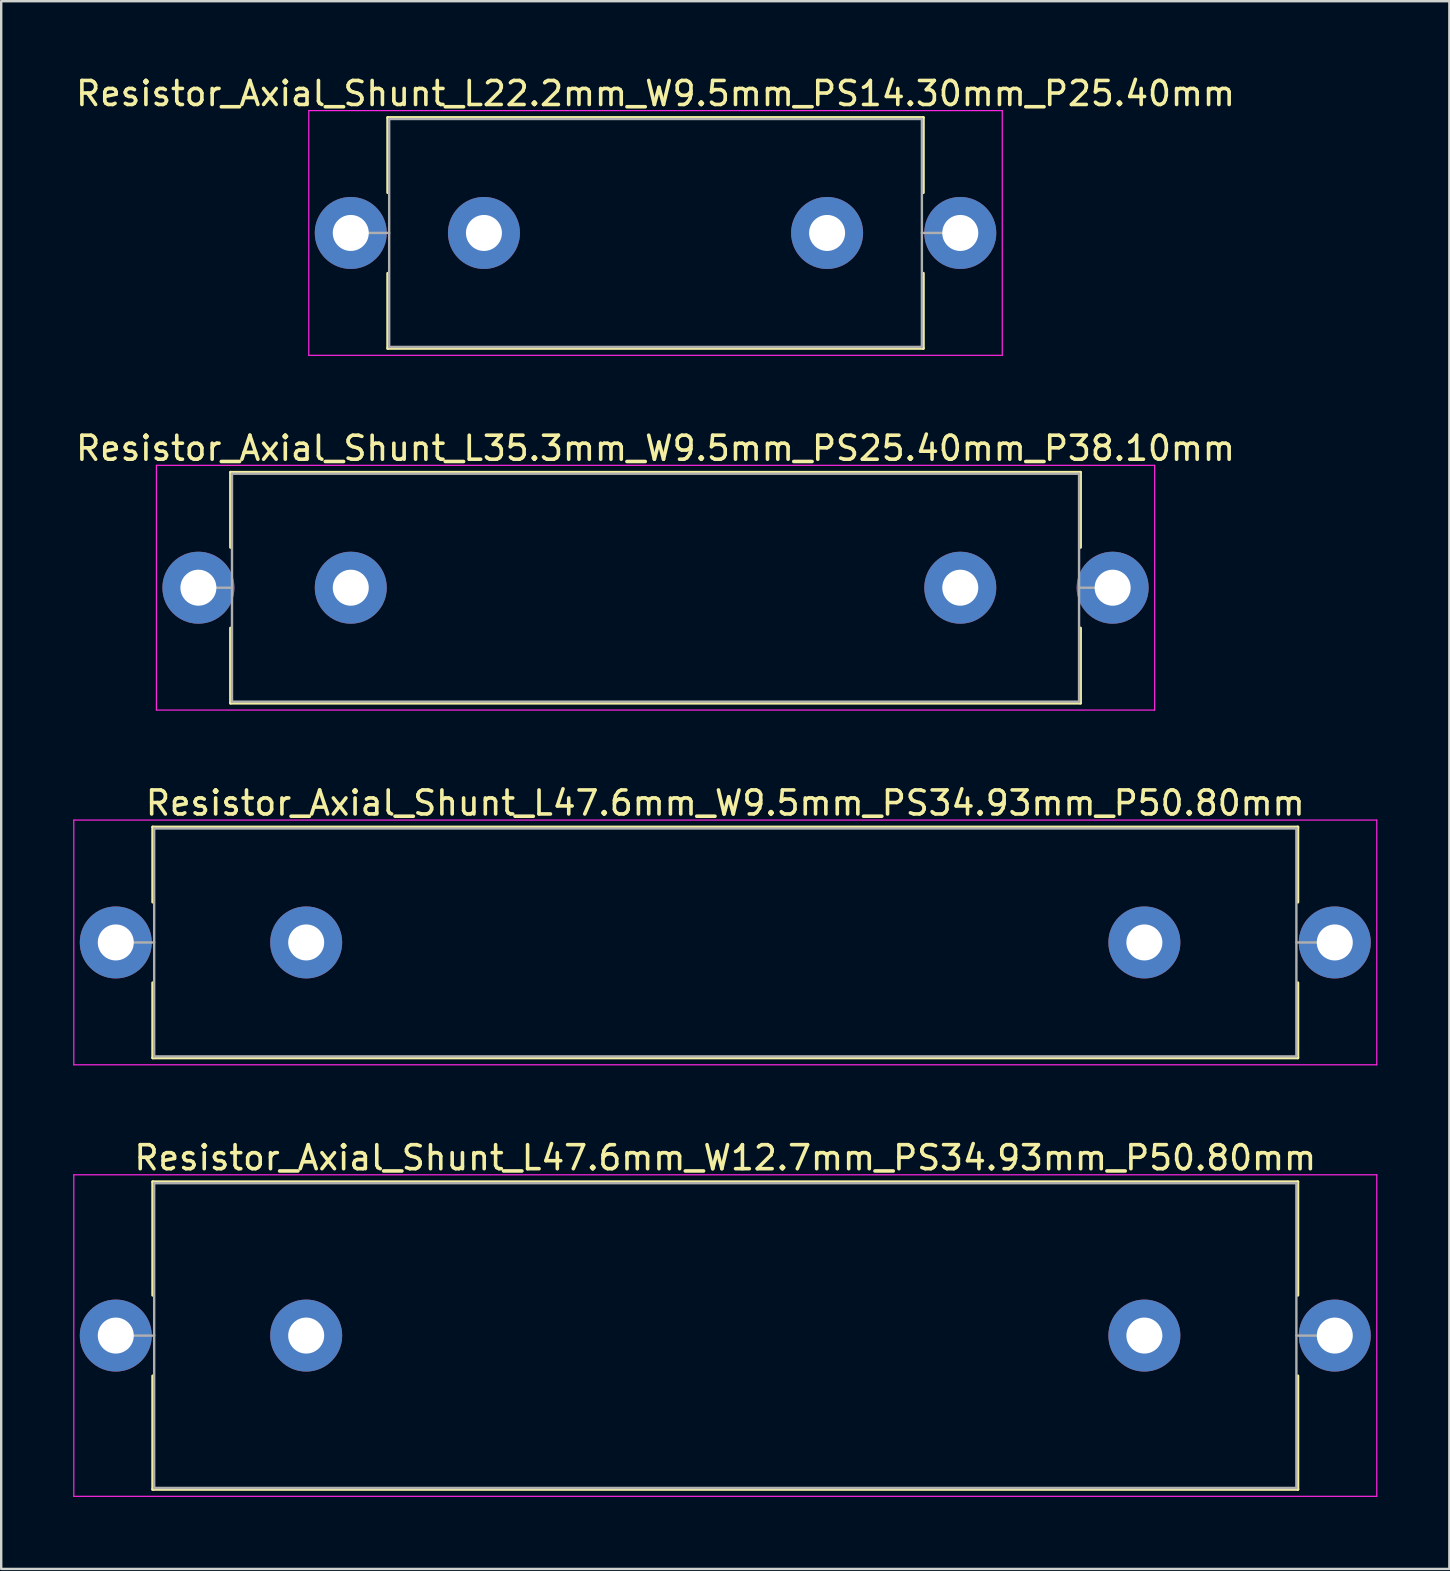
<source format=kicad_pcb>
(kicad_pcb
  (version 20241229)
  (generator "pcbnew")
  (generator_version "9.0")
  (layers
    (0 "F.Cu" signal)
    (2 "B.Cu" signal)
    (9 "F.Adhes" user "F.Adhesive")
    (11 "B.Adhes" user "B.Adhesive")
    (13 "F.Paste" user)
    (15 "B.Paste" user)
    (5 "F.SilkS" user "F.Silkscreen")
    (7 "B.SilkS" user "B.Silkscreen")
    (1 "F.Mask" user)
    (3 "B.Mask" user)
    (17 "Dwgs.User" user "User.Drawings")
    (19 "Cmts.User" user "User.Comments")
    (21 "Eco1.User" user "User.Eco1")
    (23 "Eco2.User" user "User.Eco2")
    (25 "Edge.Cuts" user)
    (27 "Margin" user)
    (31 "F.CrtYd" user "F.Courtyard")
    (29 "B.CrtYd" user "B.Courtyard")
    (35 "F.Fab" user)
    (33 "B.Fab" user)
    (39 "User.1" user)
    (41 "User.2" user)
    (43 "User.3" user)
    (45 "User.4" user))
  (footprint "Resistor_Axial_Shunt_L22.2mm_W9.5mm_PS14.30mm_P25.40mm"
    (layer "F.Cu")
    (at 11.568 6.658)
    (property "Reference" "Resistor_Axial_Shunt_L22.2mm_W9.5mm_PS14.30mm_P25.40mm" (at 12.7 -5.81 0) (layer "F.SilkS") (effects (font (size 1 1) (thickness 0.15))))
    (attr through_hole)
    (fp_line (start 1.54 -4.81) (end 23.86 -4.81) (stroke (width 0.12) (type solid)) (layer "F.SilkS"))
    (fp_line (start 1.54 -1.68) (end 1.54 -4.81) (stroke (width 0.12) (type solid)) (layer "F.SilkS"))
    (fp_line (start 1.54 1.68) (end 1.54 4.81) (stroke (width 0.12) (type solid)) (layer "F.SilkS"))
    (fp_line (start 1.54 4.81) (end 23.86 4.81) (stroke (width 0.12) (type solid)) (layer "F.SilkS"))
    (fp_line (start 23.86 -4.81) (end 23.86 -1.68) (stroke (width 0.12) (type solid)) (layer "F.SilkS"))
    (fp_line (start 23.86 4.81) (end 23.86 1.68) (stroke (width 0.12) (type solid)) (layer "F.SilkS"))
    (fp_line (start -1.75 -5.1) (end -1.75 5.1) (stroke (width 0.05) (type solid)) (layer "F.CrtYd"))
    (fp_line (start -1.75 5.1) (end 27.15 5.1) (stroke (width 0.05) (type solid)) (layer "F.CrtYd"))
    (fp_line (start 27.15 -5.1) (end -1.75 -5.1) (stroke (width 0.05) (type solid)) (layer "F.CrtYd"))
    (fp_line (start 27.15 5.1) (end 27.15 -5.1) (stroke (width 0.05) (type solid)) (layer "F.CrtYd"))
    (fp_line (start 0 0) (end 1.6 0) (stroke (width 0.1) (type solid)) (layer "F.Fab"))
    (fp_line (start 1.6 -4.75) (end 1.6 4.75) (stroke (width 0.1) (type solid)) (layer "F.Fab"))
    (fp_line (start 1.6 4.75) (end 23.8 4.75) (stroke (width 0.1) (type solid)) (layer "F.Fab"))
    (fp_line (start 23.8 -4.75) (end 1.6 -4.75) (stroke (width 0.1) (type solid)) (layer "F.Fab"))
    (fp_line (start 23.8 4.75) (end 23.8 -4.75) (stroke (width 0.1) (type solid)) (layer "F.Fab"))
    (fp_line (start 25.4 0) (end 23.8 0) (stroke (width 0.1) (type solid)) (layer "F.Fab"))
    (pad "1" thru_hole circle (at 0 0) (size 3 3) (drill 1.5) (layers "*.Cu" "*.Mask"))
    (pad "2" thru_hole oval (at 5.55 0) (size 3 3) (drill 1.5) (layers "*.Cu" "*.Mask"))
    (pad "3" thru_hole oval (at 19.85 0) (size 3 3) (drill 1.5) (layers "*.Cu" "*.Mask"))
    (pad "4" thru_hole oval (at 25.4 0) (size 3 3) (drill 1.5) (layers "*.Cu" "*.Mask")))
  (footprint "Resistor_Axial_Shunt_L47.6mm_W12.7mm_PS34.93mm_P50.80mm"
    (layer "F.Cu")
    (at 1.775 52.608)
    (property "Reference" "Resistor_Axial_Shunt_L47.6mm_W12.7mm_PS34.93mm_P50.80mm" (at 25.4 -7.41 0) (layer "F.SilkS") (effects (font (size 1 1) (thickness 0.15))))
    (attr through_hole)
    (fp_line (start 1.54 -6.41) (end 49.26 -6.41) (stroke (width 0.12) (type solid)) (layer "F.SilkS"))
    (fp_line (start 1.54 -1.68) (end 1.54 -6.41) (stroke (width 0.12) (type solid)) (layer "F.SilkS"))
    (fp_line (start 1.54 1.68) (end 1.54 6.41) (stroke (width 0.12) (type solid)) (layer "F.SilkS"))
    (fp_line (start 1.54 6.41) (end 49.26 6.41) (stroke (width 0.12) (type solid)) (layer "F.SilkS"))
    (fp_line (start 49.26 -6.41) (end 49.26 -1.68) (stroke (width 0.12) (type solid)) (layer "F.SilkS"))
    (fp_line (start 49.26 6.41) (end 49.26 1.68) (stroke (width 0.12) (type solid)) (layer "F.SilkS"))
    (fp_line (start -1.75 -6.7) (end -1.75 6.7) (stroke (width 0.05) (type solid)) (layer "F.CrtYd"))
    (fp_line (start -1.75 6.7) (end 52.55 6.7) (stroke (width 0.05) (type solid)) (layer "F.CrtYd"))
    (fp_line (start 52.55 -6.7) (end -1.75 -6.7) (stroke (width 0.05) (type solid)) (layer "F.CrtYd"))
    (fp_line (start 52.55 6.7) (end 52.55 -6.7) (stroke (width 0.05) (type solid)) (layer "F.CrtYd"))
    (fp_line (start 0 0) (end 1.6 0) (stroke (width 0.1) (type solid)) (layer "F.Fab"))
    (fp_line (start 1.6 -6.35) (end 1.6 6.35) (stroke (width 0.1) (type solid)) (layer "F.Fab"))
    (fp_line (start 1.6 6.35) (end 49.2 6.35) (stroke (width 0.1) (type solid)) (layer "F.Fab"))
    (fp_line (start 49.2 -6.35) (end 1.6 -6.35) (stroke (width 0.1) (type solid)) (layer "F.Fab"))
    (fp_line (start 49.2 6.35) (end 49.2 -6.35) (stroke (width 0.1) (type solid)) (layer "F.Fab"))
    (fp_line (start 50.8 0) (end 49.2 0) (stroke (width 0.1) (type solid)) (layer "F.Fab"))
    (pad "1" thru_hole circle (at 0 0) (size 3 3) (drill 1.5) (layers "*.Cu" "*.Mask"))
    (pad "2" thru_hole oval (at 7.935 0) (size 3 3) (drill 1.5) (layers "*.Cu" "*.Mask"))
    (pad "3" thru_hole oval (at 42.865 0) (size 3 3) (drill 1.5) (layers "*.Cu" "*.Mask"))
    (pad "4" thru_hole oval (at 50.8 0) (size 3 3) (drill 1.5) (layers "*.Cu" "*.Mask")))
  (footprint "Resistor_Axial_Shunt_L35.3mm_W9.5mm_PS25.40mm_P38.10mm"
    (layer "F.Cu")
    (at 5.218 21.442)
    (property "Reference" "Resistor_Axial_Shunt_L35.3mm_W9.5mm_PS25.40mm_P38.10mm" (at 19.05 -5.81 0) (layer "F.SilkS") (effects (font (size 1 1) (thickness 0.15))))
    (attr through_hole)
    (fp_line (start 1.34 -4.81) (end 36.76 -4.81) (stroke (width 0.12) (type solid)) (layer "F.SilkS"))
    (fp_line (start 1.34 -1.68) (end 1.34 -4.81) (stroke (width 0.12) (type solid)) (layer "F.SilkS"))
    (fp_line (start 1.34 1.68) (end 1.34 4.81) (stroke (width 0.12) (type solid)) (layer "F.SilkS"))
    (fp_line (start 1.34 4.81) (end 36.76 4.81) (stroke (width 0.12) (type solid)) (layer "F.SilkS"))
    (fp_line (start 36.76 -4.81) (end 36.76 -1.68) (stroke (width 0.12) (type solid)) (layer "F.SilkS"))
    (fp_line (start 36.76 4.81) (end 36.76 1.68) (stroke (width 0.12) (type solid)) (layer "F.SilkS"))
    (fp_line (start -1.75 -5.1) (end -1.75 5.1) (stroke (width 0.05) (type solid)) (layer "F.CrtYd"))
    (fp_line (start -1.75 5.1) (end 39.85 5.1) (stroke (width 0.05) (type solid)) (layer "F.CrtYd"))
    (fp_line (start 39.85 -5.1) (end -1.75 -5.1) (stroke (width 0.05) (type solid)) (layer "F.CrtYd"))
    (fp_line (start 39.85 5.1) (end 39.85 -5.1) (stroke (width 0.05) (type solid)) (layer "F.CrtYd"))
    (fp_line (start 0 0) (end 1.4 0) (stroke (width 0.1) (type solid)) (layer "F.Fab"))
    (fp_line (start 1.4 -4.75) (end 1.4 4.75) (stroke (width 0.1) (type solid)) (layer "F.Fab"))
    (fp_line (start 1.4 4.75) (end 36.7 4.75) (stroke (width 0.1) (type solid)) (layer "F.Fab"))
    (fp_line (start 36.7 -4.75) (end 1.4 -4.75) (stroke (width 0.1) (type solid)) (layer "F.Fab"))
    (fp_line (start 36.7 4.75) (end 36.7 -4.75) (stroke (width 0.1) (type solid)) (layer "F.Fab"))
    (fp_line (start 38.1 0) (end 36.7 0) (stroke (width 0.1) (type solid)) (layer "F.Fab"))
    (pad "1" thru_hole circle (at 0 0) (size 3 3) (drill 1.5) (layers "*.Cu" "*.Mask"))
    (pad "2" thru_hole oval (at 6.35 0) (size 3 3) (drill 1.5) (layers "*.Cu" "*.Mask"))
    (pad "3" thru_hole oval (at 31.75 0) (size 3 3) (drill 1.5) (layers "*.Cu" "*.Mask"))
    (pad "4" thru_hole oval (at 38.1 0) (size 3 3) (drill 1.5) (layers "*.Cu" "*.Mask")))
  (footprint "Resistor_Axial_Shunt_L47.6mm_W9.5mm_PS34.93mm_P50.80mm"
    (layer "F.Cu")
    (at 1.775 36.225)
    (property "Reference" "Resistor_Axial_Shunt_L47.6mm_W9.5mm_PS34.93mm_P50.80mm" (at 25.4 -5.81 0) (layer "F.SilkS") (effects (font (size 1 1) (thickness 0.15))))
    (attr through_hole)
    (fp_line (start 1.54 -4.81) (end 49.26 -4.81) (stroke (width 0.12) (type solid)) (layer "F.SilkS"))
    (fp_line (start 1.54 -1.68) (end 1.54 -4.81) (stroke (width 0.12) (type solid)) (layer "F.SilkS"))
    (fp_line (start 1.54 1.68) (end 1.54 4.81) (stroke (width 0.12) (type solid)) (layer "F.SilkS"))
    (fp_line (start 1.54 4.81) (end 49.26 4.81) (stroke (width 0.12) (type solid)) (layer "F.SilkS"))
    (fp_line (start 49.26 -4.81) (end 49.26 -1.68) (stroke (width 0.12) (type solid)) (layer "F.SilkS"))
    (fp_line (start 49.26 4.81) (end 49.26 1.68) (stroke (width 0.12) (type solid)) (layer "F.SilkS"))
    (fp_line (start -1.75 -5.1) (end -1.75 5.1) (stroke (width 0.05) (type solid)) (layer "F.CrtYd"))
    (fp_line (start -1.75 5.1) (end 52.55 5.1) (stroke (width 0.05) (type solid)) (layer "F.CrtYd"))
    (fp_line (start 52.55 -5.1) (end -1.75 -5.1) (stroke (width 0.05) (type solid)) (layer "F.CrtYd"))
    (fp_line (start 52.55 5.1) (end 52.55 -5.1) (stroke (width 0.05) (type solid)) (layer "F.CrtYd"))
    (fp_line (start 0 0) (end 1.6 0) (stroke (width 0.1) (type solid)) (layer "F.Fab"))
    (fp_line (start 1.6 -4.75) (end 1.6 4.75) (stroke (width 0.1) (type solid)) (layer "F.Fab"))
    (fp_line (start 1.6 4.75) (end 49.2 4.75) (stroke (width 0.1) (type solid)) (layer "F.Fab"))
    (fp_line (start 49.2 -4.75) (end 1.6 -4.75) (stroke (width 0.1) (type solid)) (layer "F.Fab"))
    (fp_line (start 49.2 4.75) (end 49.2 -4.75) (stroke (width 0.1) (type solid)) (layer "F.Fab"))
    (fp_line (start 50.8 0) (end 49.2 0) (stroke (width 0.1) (type solid)) (layer "F.Fab"))
    (pad "1" thru_hole circle (at 0 0) (size 3 3) (drill 1.5) (layers "*.Cu" "*.Mask"))
    (pad "2" thru_hole oval (at 7.935 0) (size 3 3) (drill 1.5) (layers "*.Cu" "*.Mask"))
    (pad "3" thru_hole oval (at 42.865 0) (size 3 3) (drill 1.5) (layers "*.Cu" "*.Mask"))
    (pad "4" thru_hole oval (at 50.8 0) (size 3 3) (drill 1.5) (layers "*.Cu" "*.Mask")))
  (gr_rect
    (start -3 -3)
    (end 57.35 62.333)
    (stroke (width 0.1) (type default))
    (fill no)
    (layer "Edge.Cuts")))
</source>
